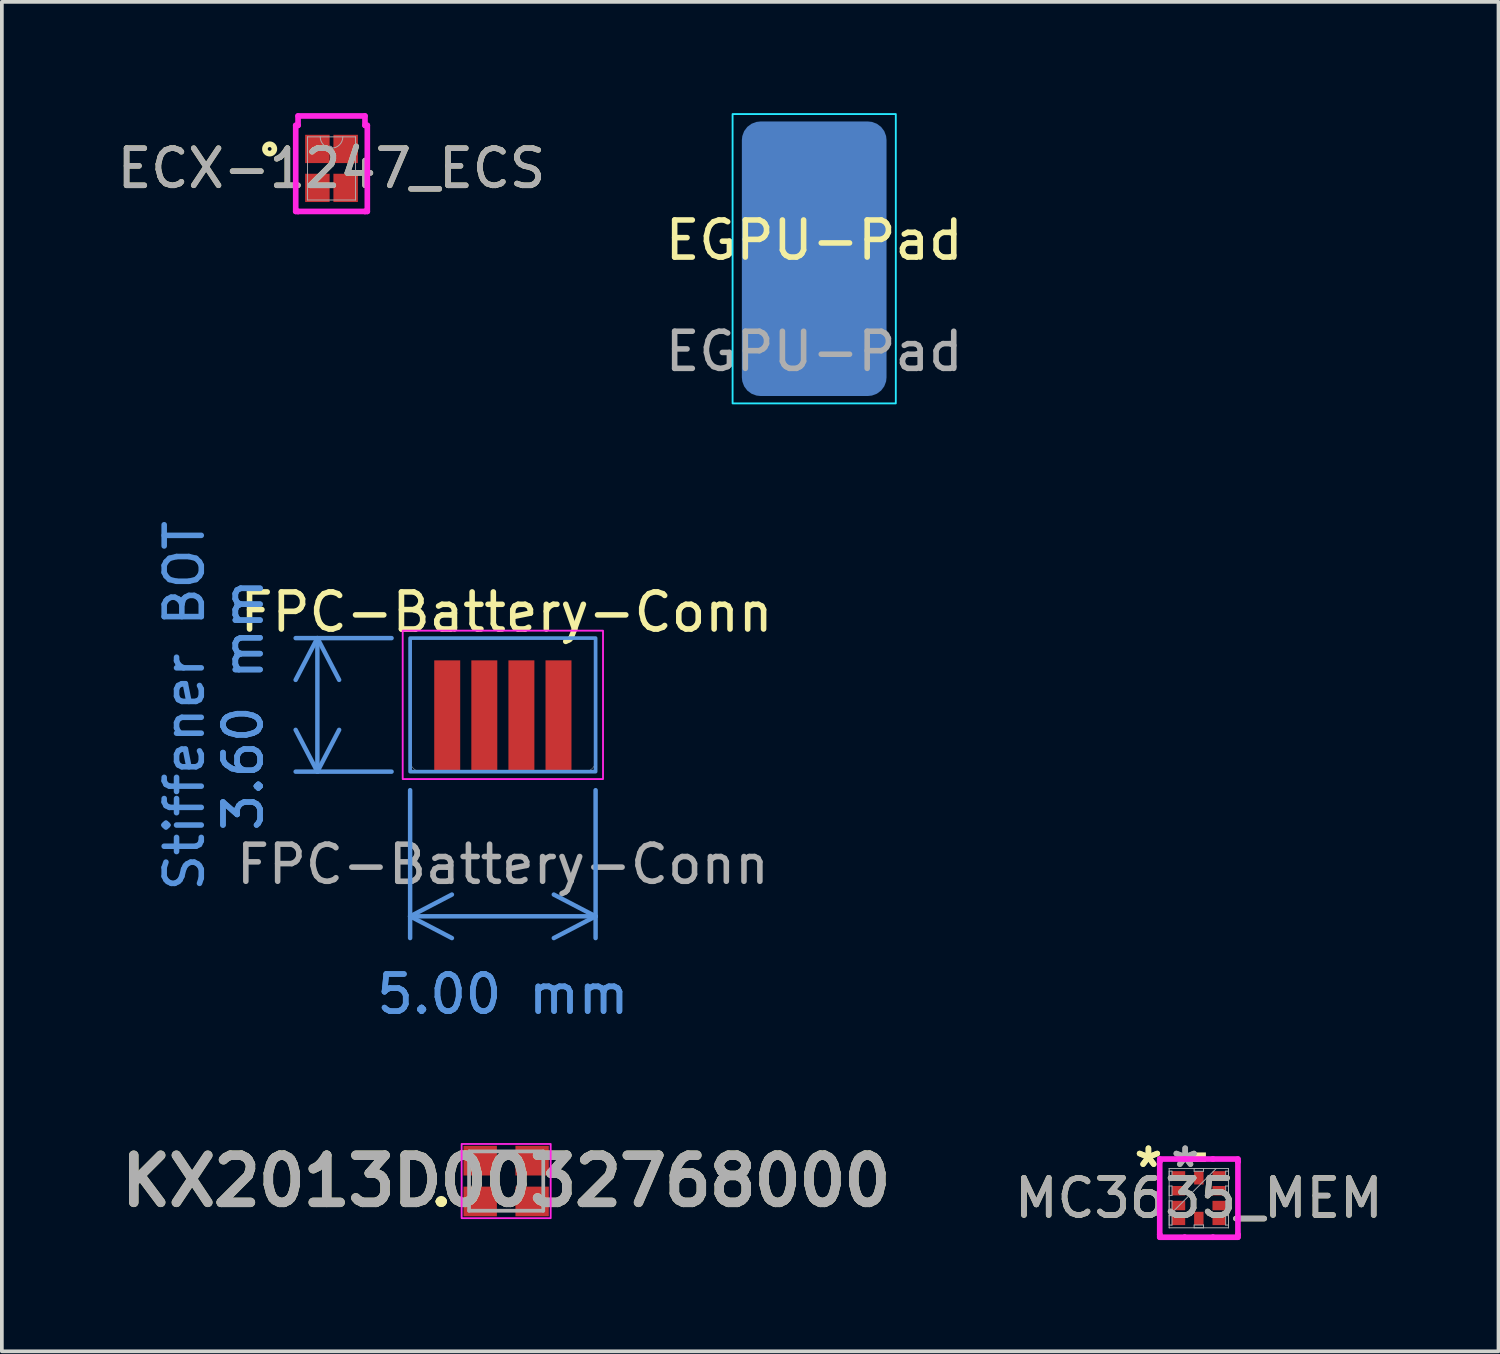
<source format=kicad_pcb>
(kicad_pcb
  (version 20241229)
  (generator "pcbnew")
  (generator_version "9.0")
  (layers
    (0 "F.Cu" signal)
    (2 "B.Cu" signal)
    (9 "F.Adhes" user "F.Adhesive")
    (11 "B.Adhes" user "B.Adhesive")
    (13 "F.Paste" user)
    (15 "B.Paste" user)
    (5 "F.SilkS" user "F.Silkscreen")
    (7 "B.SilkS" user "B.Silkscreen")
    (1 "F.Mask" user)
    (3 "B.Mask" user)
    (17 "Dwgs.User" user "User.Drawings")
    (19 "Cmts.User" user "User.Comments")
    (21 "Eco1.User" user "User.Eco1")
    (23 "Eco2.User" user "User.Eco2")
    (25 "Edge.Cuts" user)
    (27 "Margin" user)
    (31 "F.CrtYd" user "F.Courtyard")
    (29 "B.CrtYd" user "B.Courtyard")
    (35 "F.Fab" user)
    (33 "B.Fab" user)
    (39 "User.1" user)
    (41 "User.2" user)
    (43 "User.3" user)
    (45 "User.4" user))
  (footprint "FPC-Battery-Conn"
    (layer "F.Cu")
    (at 10.506 17.752)
    (property "Reference" "FPC-Battery-Conn" (at 0.1 -4.3 0) (unlocked yes) (layer "F.SilkS") (effects (font (size 1 1) (thickness 0.15))))
    (attr through_hole exclude_from_bom)
    (fp_rect (start -2.5 -3.6) (end 2.5 0) (stroke (width 0.1) (type solid)) (fill no) (layer "Cmts.User"))
    (fp_line (start -2.5 -0.3) (end -2.5 -3.6) (stroke (width 0.01) (type default)) (layer "Edge.Cuts"))
    (fp_line (start -2.2 0) (end 2.2 0) (stroke (width 0.01) (type default)) (layer "Edge.Cuts"))
    (fp_line (start 2.5 -0.3) (end 2.5 -3.6) (stroke (width 0.01) (type default)) (layer "Edge.Cuts"))
    (fp_arc (start -2.2 0) (mid -2.412132 -0.087868) (end -2.5 -0.3) (stroke (width 0.01) (type default)) (layer "Edge.Cuts"))
    (fp_arc (start 2.5 -0.3) (mid 2.412132 -0.087868) (end 2.2 0) (stroke (width 0.01) (type default)) (layer "Edge.Cuts"))
    (fp_rect (start -2.7 -3.8) (end 2.7 0.2) (stroke (width 0.05) (type default)) (fill no) (layer "F.CrtYd"))
    (fp_text user "Stiffener BOT" (at -8 3.3 90) (unlocked yes) (layer "Cmts.User") (effects (font (size 1 1) (thickness 0.15)) (justify left bottom)))
    (fp_text user "${REFERENCE}" (at 0 2.5 0) (unlocked yes) (layer "F.Fab") (effects (font (size 1 1) (thickness 0.15))))
    (dimension (type aligned) (layer "Cmts.User") (pts (xy 8.006 19.252) (xy 13.006 19.252)) (height 2.4) (format (prefix "") (suffix "") (units 3) (units_format 1) (precision 2)) (style (thickness 0.12) (arrow_length 1.27) (text_position_mode 2) (arrow_direction outward) (extension_height 0.586) (extension_offset -1) (keep_text_aligned yes)) (gr_text "5.00 mm" (at 10.506 23.752 0) (layer "Cmts.User") (effects (font (size 1 1) (thickness 0.15)))))
    (dimension (type aligned) (layer "Cmts.User") (pts (xy 6.506 14.152) (xy 6.506 17.752)) (height 1) (format (prefix "") (suffix "") (units 3) (units_format 1) (precision 2)) (style (thickness 0.12) (arrow_length 1.27) (text_position_mode 2) (arrow_direction outward) (extension_height 0.586) (extension_offset -1) (keep_text_aligned yes)) (gr_text "3.60 mm" (at 3.506 15.952 90) (layer "Cmts.User") (effects (font (size 1 1) (thickness 0.15)))))
    (pad "1" connect rect (at -1.5 -1.5) (size 0.7 3) (layers "F.Cu" "F.Mask"))
    (pad "2" connect rect (at -0.5 -1.5) (size 0.7 3) (layers "F.Cu" "F.Mask"))
    (pad "3" connect rect (at 0.5 -1.5) (size 0.7 3) (layers "F.Cu" "F.Mask"))
    (pad "4" connect rect (at 1.5 -1.5) (size 0.7 3) (layers "F.Cu" "F.Mask")))
  (footprint "KX2013D0032768000"
    (layer "F.Cu")
    (at 10.595 28.789)
    (property "Reference" "KX2013D0032768000" (at 0 0 0) (layer "F.SilkS") (effects (font (size 1.27 1.27) (thickness 0.254))))
    (attr smd)
    (fp_line (start -1.8 0.55) (end -1.8 0.55) (stroke (width 0.2) (type solid)) (layer "F.SilkS"))
    (fp_line (start -1.8 0.55) (end -1.8 0.55) (stroke (width 0.2) (type solid)) (layer "F.SilkS"))
    (fp_line (start -1.7 0.55) (end -1.7 0.55) (stroke (width 0.2) (type solid)) (layer "F.SilkS"))
    (fp_arc (start -1.8 0.55) (mid -1.75 0.5) (end -1.7 0.55) (stroke (width 0.2) (type solid)) (layer "F.SilkS"))
    (fp_arc (start -1.7 0.55) (mid -1.75 0.6) (end -1.8 0.55) (stroke (width 0.2) (type solid)) (layer "F.SilkS"))
    (fp_arc (start -1.7 0.55) (mid -1.75 0.6) (end -1.8 0.55) (stroke (width 0.2) (type solid)) (layer "F.SilkS"))
    (fp_rect (start -1.2 -1) (end 1.2 1) (stroke (width 0.05) (type default)) (fill no) (layer "F.CrtYd"))
    (fp_line (start -1 -0.8) (end -1 0.8) (stroke (width 0.1) (type solid)) (layer "F.Fab"))
    (fp_line (start -1 0.8) (end 1 0.8) (stroke (width 0.1) (type solid)) (layer "F.Fab"))
    (fp_line (start 1 -0.8) (end -1 -0.8) (stroke (width 0.1) (type solid)) (layer "F.Fab"))
    (fp_line (start 1 0.8) (end 1 -0.8) (stroke (width 0.1) (type solid)) (layer "F.Fab"))
    (fp_text user "${REFERENCE}" (at 0 0 0) (layer "F.Fab") (effects (font (size 1.27 1.27) (thickness 0.254))))
    (pad "1" smd rect (at -0.7 0.55 90) (size 0.8 0.9) (layers "F.Cu" "F.Mask" "F.Paste"))
    (pad "2" smd rect (at 0.7 0.55 90) (size 0.8 0.9) (layers "F.Cu" "F.Mask" "F.Paste"))
    (pad "3" smd rect (at 0.7 -0.55 90) (size 0.8 0.9) (layers "F.Cu" "F.Mask" "F.Paste"))
    (pad "4" smd rect (at -0.7 -0.55 90) (size 0.8 0.9) (layers "F.Cu" "F.Mask" "F.Paste")))
  (footprint "EGPU-Pad"
    (layer "F.Cu")
    (at 18.899 3.925)
    (property "Reference" "EGPU-Pad" (at 0 -0.5 0) (unlocked yes) (layer "F.SilkS") (effects (font (size 1 1) (thickness 0.15))))
    (attr smd)
    (fp_rect (start -1.75 -3.5) (end 1.75 3.5) (stroke (width 0) (type solid)) (fill yes) (layer "B.Mask"))
    (fp_rect (start -2.2 -3.9) (end 2.2 3.9) (stroke (width 0.05) (type default)) (fill no) (layer "B.CrtYd"))
    (fp_text user "${REFERENCE}" (at 0 2.5 0) (unlocked yes) (layer "F.Fab") (effects (font (size 1 1) (thickness 0.15))))
    (pad "1" connect roundrect (at 0 0 180) (size 3.9 7.4) (layers "B.Cu") (roundrect_rratio 0.128)))
  (footprint "ECX-1247_ECS"
    (layer "F.Cu")
    (at 5.887 1.49)
    (property "Reference" "ECX-1247_ECS" (at 0 0 0) (unlocked yes) (layer "F.SilkS") (effects (font (size 1 1) (thickness 0.15))))
    (attr smd)
    (fp_circle (center -1.668 -0.525) (end -1.541 -0.525) (stroke (width 0.152) (type solid)) (fill no) (layer "F.SilkS"))
    (fp_line (start -0.965 -1.16) (end -0.902 -1.16) (stroke (width 0.152) (type solid)) (layer "F.CrtYd"))
    (fp_line (start -0.965 1.16) (end -0.965 -1.16) (stroke (width 0.152) (type solid)) (layer "F.CrtYd"))
    (fp_line (start -0.965 1.16) (end -0.902 1.16) (stroke (width 0.152) (type solid)) (layer "F.CrtYd"))
    (fp_line (start -0.902 -1.414) (end 0.902 -1.414) (stroke (width 0.152) (type solid)) (layer "F.CrtYd"))
    (fp_line (start -0.902 -1.16) (end -0.902 -1.414) (stroke (width 0.152) (type solid)) (layer "F.CrtYd"))
    (fp_line (start -0.902 1.16) (end -0.902 1.16) (stroke (width 0.152) (type solid)) (layer "F.CrtYd"))
    (fp_line (start 0.902 -1.414) (end 0.902 -1.16) (stroke (width 0.152) (type solid)) (layer "F.CrtYd"))
    (fp_line (start 0.902 1.16) (end -0.902 1.16) (stroke (width 0.152) (type solid)) (layer "F.CrtYd"))
    (fp_line (start 0.902 1.16) (end 0.902 1.16) (stroke (width 0.152) (type solid)) (layer "F.CrtYd"))
    (fp_line (start 0.965 -1.16) (end 0.902 -1.16) (stroke (width 0.152) (type solid)) (layer "F.CrtYd"))
    (fp_line (start 0.965 -1.16) (end 0.965 1.16) (stroke (width 0.152) (type solid)) (layer "F.CrtYd"))
    (fp_line (start 0.965 1.16) (end 0.902 1.16) (stroke (width 0.152) (type solid)) (layer "F.CrtYd"))
    (fp_line (start -0.648 -0.851) (end -0.648 0.851) (stroke (width 0.025) (type solid)) (layer "F.Fab"))
    (fp_line (start -0.648 0.851) (end 0.648 0.851) (stroke (width 0.025) (type solid)) (layer "F.Fab"))
    (fp_line (start 0.648 -0.851) (end -0.648 -0.851) (stroke (width 0.025) (type solid)) (layer "F.Fab"))
    (fp_line (start 0.648 0.851) (end 0.648 -0.851) (stroke (width 0.025) (type solid)) (layer "F.Fab"))
    (fp_arc (start 0.3048 -0.8509) (mid 0 -0.5461) (end -0.3048 -0.8509) (stroke (width 0.0254) (type solid)) (layer "F.Fab"))
    (fp_circle (center -0.051 -0.525) (end 0.025 -0.525) (stroke (width 0.025) (type solid)) (fill no) (layer "F.Fab"))
    (fp_text user "${REFERENCE}" (at 0 0 0) (unlocked yes) (layer "F.Fab") (effects (font (size 1 1) (thickness 0.15))))
    (pad "1" smd rect (at -0.381 -0.525) (size 0.66 0.762) (layers "F.Cu" "F.Mask" "F.Paste"))
    (pad "2" smd rect (at -0.381 0.525) (size 0.66 0.762) (layers "F.Cu" "F.Mask" "F.Paste"))
    (pad "3" smd rect (at 0.381 0.525) (size 0.66 0.762) (layers "F.Cu" "F.Mask" "F.Paste"))
    (pad "4" smd rect (at 0.381 -0.525) (size 0.66 0.762) (layers "F.Cu" "F.Mask" "F.Paste")))
  (footprint "MC3635_MEM"
    (layer "F.Cu")
    (at 29.268 29.249)
    (property "Reference" "MC3635_MEM" (at 0 0 0) (unlocked yes) (layer "F.SilkS") (effects (font (size 1 1) (thickness 0.15))))
    (attr smd)
    (fp_poly (pts (xy -0.191 -0.978) (xy -0.191 -1.232) (xy 0.191 -1.232) (xy 0.191 -0.978)) (stroke (width 0) (type solid)) (fill yes) (layer "F.SilkS"))
    (fp_line (start -1.054 -1.054) (end -0.381 -1.054) (stroke (width 0.152) (type solid)) (layer "F.CrtYd"))
    (fp_line (start -1.054 -0.981) (end -1.054 -1.054) (stroke (width 0.152) (type solid)) (layer "F.CrtYd"))
    (fp_line (start -1.054 -0.981) (end -1.054 -0.981) (stroke (width 0.152) (type solid)) (layer "F.CrtYd"))
    (fp_line (start -1.054 0.981) (end -1.054 -0.981) (stroke (width 0.152) (type solid)) (layer "F.CrtYd"))
    (fp_line (start -1.054 0.981) (end -1.054 0.981) (stroke (width 0.152) (type solid)) (layer "F.CrtYd"))
    (fp_line (start -1.054 1.054) (end -1.054 0.981) (stroke (width 0.152) (type solid)) (layer "F.CrtYd"))
    (fp_line (start -0.381 -1.054) (end -0.381 -1.054) (stroke (width 0.152) (type solid)) (layer "F.CrtYd"))
    (fp_line (start -0.381 -1.054) (end 0.381 -1.054) (stroke (width 0.152) (type solid)) (layer "F.CrtYd"))
    (fp_line (start -0.381 1.054) (end -1.054 1.054) (stroke (width 0.152) (type solid)) (layer "F.CrtYd"))
    (fp_line (start -0.381 1.054) (end -0.381 1.054) (stroke (width 0.152) (type solid)) (layer "F.CrtYd"))
    (fp_line (start 0.381 -1.054) (end 0.381 -1.054) (stroke (width 0.152) (type solid)) (layer "F.CrtYd"))
    (fp_line (start 0.381 -1.054) (end 1.054 -1.054) (stroke (width 0.152) (type solid)) (layer "F.CrtYd"))
    (fp_line (start 0.381 1.054) (end -0.381 1.054) (stroke (width 0.152) (type solid)) (layer "F.CrtYd"))
    (fp_line (start 0.381 1.054) (end 0.381 1.054) (stroke (width 0.152) (type solid)) (layer "F.CrtYd"))
    (fp_line (start 1.054 -1.054) (end 1.054 -0.981) (stroke (width 0.152) (type solid)) (layer "F.CrtYd"))
    (fp_line (start 1.054 -0.981) (end 1.054 -0.981) (stroke (width 0.152) (type solid)) (layer "F.CrtYd"))
    (fp_line (start 1.054 -0.981) (end 1.054 0.981) (stroke (width 0.152) (type solid)) (layer "F.CrtYd"))
    (fp_line (start 1.054 0.981) (end 1.054 0.981) (stroke (width 0.152) (type solid)) (layer "F.CrtYd"))
    (fp_line (start 1.054 0.981) (end 1.054 1.054) (stroke (width 0.152) (type solid)) (layer "F.CrtYd"))
    (fp_line (start 1.054 1.054) (end 0.381 1.054) (stroke (width 0.152) (type solid)) (layer "F.CrtYd"))
    (fp_line (start -0.8 -0.8) (end -0.8 -0.8) (stroke (width 0.025) (type solid)) (layer "F.Fab"))
    (fp_line (start -0.8 -0.8) (end -0.8 0.8) (stroke (width 0.025) (type solid)) (layer "F.Fab"))
    (fp_line (start -0.8 -0.727) (end -0.724 -0.727) (stroke (width 0.025) (type solid)) (layer "F.Fab"))
    (fp_line (start -0.8 -0.473) (end -0.8 -0.727) (stroke (width 0.025) (type solid)) (layer "F.Fab"))
    (fp_line (start -0.8 -0.327) (end -0.724 -0.327) (stroke (width 0.025) (type solid)) (layer "F.Fab"))
    (fp_line (start -0.8 -0.073) (end -0.8 -0.327) (stroke (width 0.025) (type solid)) (layer "F.Fab"))
    (fp_line (start -0.8 0.073) (end -0.724 0.073) (stroke (width 0.025) (type solid)) (layer "F.Fab"))
    (fp_line (start -0.8 0.327) (end -0.8 0.073) (stroke (width 0.025) (type solid)) (layer "F.Fab"))
    (fp_line (start -0.8 0.47) (end 0.47 -0.8) (stroke (width 0.025) (type solid)) (layer "F.Fab"))
    (fp_line (start -0.8 0.473) (end -0.724 0.473) (stroke (width 0.025) (type solid)) (layer "F.Fab"))
    (fp_line (start -0.8 0.727) (end -0.8 0.473) (stroke (width 0.025) (type solid)) (layer "F.Fab"))
    (fp_line (start -0.8 0.8) (end -0.8 0.8) (stroke (width 0.025) (type solid)) (layer "F.Fab"))
    (fp_line (start -0.8 0.8) (end 0.8 0.8) (stroke (width 0.025) (type solid)) (layer "F.Fab"))
    (fp_line (start -0.724 -0.727) (end -0.724 -0.473) (stroke (width 0.025) (type solid)) (layer "F.Fab"))
    (fp_line (start -0.724 -0.473) (end -0.8 -0.473) (stroke (width 0.025) (type solid)) (layer "F.Fab"))
    (fp_line (start -0.724 -0.327) (end -0.724 -0.073) (stroke (width 0.025) (type solid)) (layer "F.Fab"))
    (fp_line (start -0.724 -0.073) (end -0.8 -0.073) (stroke (width 0.025) (type solid)) (layer "F.Fab"))
    (fp_line (start -0.724 0.073) (end -0.724 0.327) (stroke (width 0.025) (type solid)) (layer "F.Fab"))
    (fp_line (start -0.724 0.327) (end -0.8 0.327) (stroke (width 0.025) (type solid)) (layer "F.Fab"))
    (fp_line (start -0.724 0.473) (end -0.724 0.727) (stroke (width 0.025) (type solid)) (layer "F.Fab"))
    (fp_line (start -0.724 0.727) (end -0.8 0.727) (stroke (width 0.025) (type solid)) (layer "F.Fab"))
    (fp_line (start -0.127 -0.8) (end 0.127 -0.8) (stroke (width 0.025) (type solid)) (layer "F.Fab"))
    (fp_line (start -0.127 -0.724) (end -0.127 -0.8) (stroke (width 0.025) (type solid)) (layer "F.Fab"))
    (fp_line (start -0.127 0.724) (end 0.127 0.724) (stroke (width 0.025) (type solid)) (layer "F.Fab"))
    (fp_line (start -0.127 0.8) (end -0.127 0.724) (stroke (width 0.025) (type solid)) (layer "F.Fab"))
    (fp_line (start 0.127 -0.8) (end 0.127 -0.724) (stroke (width 0.025) (type solid)) (layer "F.Fab"))
    (fp_line (start 0.127 -0.724) (end -0.127 -0.724) (stroke (width 0.025) (type solid)) (layer "F.Fab"))
    (fp_line (start 0.127 0.724) (end 0.127 0.8) (stroke (width 0.025) (type solid)) (layer "F.Fab"))
    (fp_line (start 0.127 0.8) (end -0.127 0.8) (stroke (width 0.025) (type solid)) (layer "F.Fab"))
    (fp_line (start 0.724 -0.727) (end 0.8 -0.727) (stroke (width 0.025) (type solid)) (layer "F.Fab"))
    (fp_line (start 0.724 -0.473) (end 0.724 -0.727) (stroke (width 0.025) (type solid)) (layer "F.Fab"))
    (fp_line (start 0.724 -0.327) (end 0.8 -0.327) (stroke (width 0.025) (type solid)) (layer "F.Fab"))
    (fp_line (start 0.724 -0.073) (end 0.724 -0.327) (stroke (width 0.025) (type solid)) (layer "F.Fab"))
    (fp_line (start 0.724 0.073) (end 0.8 0.073) (stroke (width 0.025) (type solid)) (layer "F.Fab"))
    (fp_line (start 0.724 0.327) (end 0.724 0.073) (stroke (width 0.025) (type solid)) (layer "F.Fab"))
    (fp_line (start 0.724 0.473) (end 0.8 0.473) (stroke (width 0.025) (type solid)) (layer "F.Fab"))
    (fp_line (start 0.724 0.727) (end 0.724 0.473) (stroke (width 0.025) (type solid)) (layer "F.Fab"))
    (fp_line (start 0.8 -0.8) (end -0.8 -0.8) (stroke (width 0.025) (type solid)) (layer "F.Fab"))
    (fp_line (start 0.8 -0.8) (end 0.8 -0.8) (stroke (width 0.025) (type solid)) (layer "F.Fab"))
    (fp_line (start 0.8 -0.727) (end 0.8 -0.473) (stroke (width 0.025) (type solid)) (layer "F.Fab"))
    (fp_line (start 0.8 -0.473) (end 0.724 -0.473) (stroke (width 0.025) (type solid)) (layer "F.Fab"))
    (fp_line (start 0.8 -0.327) (end 0.8 -0.073) (stroke (width 0.025) (type solid)) (layer "F.Fab"))
    (fp_line (start 0.8 -0.073) (end 0.724 -0.073) (stroke (width 0.025) (type solid)) (layer "F.Fab"))
    (fp_line (start 0.8 0.073) (end 0.8 0.327) (stroke (width 0.025) (type solid)) (layer "F.Fab"))
    (fp_line (start 0.8 0.327) (end 0.724 0.327) (stroke (width 0.025) (type solid)) (layer "F.Fab"))
    (fp_line (start 0.8 0.473) (end 0.8 0.727) (stroke (width 0.025) (type solid)) (layer "F.Fab"))
    (fp_line (start 0.8 0.727) (end 0.724 0.727) (stroke (width 0.025) (type solid)) (layer "F.Fab"))
    (fp_line (start 0.8 0.8) (end 0.8 -0.8) (stroke (width 0.025) (type solid)) (layer "F.Fab"))
    (fp_line (start 0.8 0.8) (end 0.8 0.8) (stroke (width 0.025) (type solid)) (layer "F.Fab"))
    (fp_text user "*" (at -1.359 -0.8 0) (layer "F.SilkS") (effects (font (size 1 1) (thickness 0.15))))
    (fp_text user "*" (at -1.359 -0.8 0) (unlocked yes) (layer "F.SilkS") (effects (font (size 1 1) (thickness 0.15))))
    (fp_text user "*" (at -0.368 -0.8 0) (layer "F.Fab") (effects (font (size 1 1) (thickness 0.15))))
    (fp_text user "${REFERENCE}" (at 0 0 0) (unlocked yes) (layer "F.Fab") (effects (font (size 1 1) (thickness 0.15))))
    (fp_text user "*" (at -0.368 -0.8 0) (unlocked yes) (layer "F.Fab") (effects (font (size 1 1) (thickness 0.15))))
    (pad "1" smd rect (at -0.546 -0.6 90) (size 0.254 0.356) (layers "F.Cu" "F.Mask" "F.Paste"))
    (pad "2" smd rect (at -0.546 -0.2 90) (size 0.254 0.356) (layers "F.Cu" "F.Mask" "F.Paste"))
    (pad "3" smd rect (at -0.546 0.2 90) (size 0.254 0.356) (layers "F.Cu" "F.Mask" "F.Paste"))
    (pad "4" smd rect (at -0.546 0.6 90) (size 0.254 0.356) (layers "F.Cu" "F.Mask" "F.Paste"))
    (pad "5" smd rect (at 0 0.546) (size 0.254 0.356) (layers "F.Cu" "F.Mask" "F.Paste"))
    (pad "6" smd rect (at 0.546 0.6 90) (size 0.254 0.356) (layers "F.Cu" "F.Mask" "F.Paste"))
    (pad "7" smd rect (at 0.546 0.2 90) (size 0.254 0.356) (layers "F.Cu" "F.Mask" "F.Paste"))
    (pad "8" smd rect (at 0.546 -0.2 90) (size 0.254 0.356) (layers "F.Cu" "F.Mask" "F.Paste"))
    (pad "9" smd rect (at 0.546 -0.6 90) (size 0.254 0.356) (layers "F.Cu" "F.Mask" "F.Paste"))
    (pad "10" smd rect (at 0 -0.546) (size 0.254 0.356) (layers "F.Cu" "F.Mask" "F.Paste")))
  (gr_rect
    (start -3 -3)
    (end 37.346 33.379)
    (stroke (width 0.1) (type default))
    (fill no)
    (layer "Edge.Cuts")))
</source>
